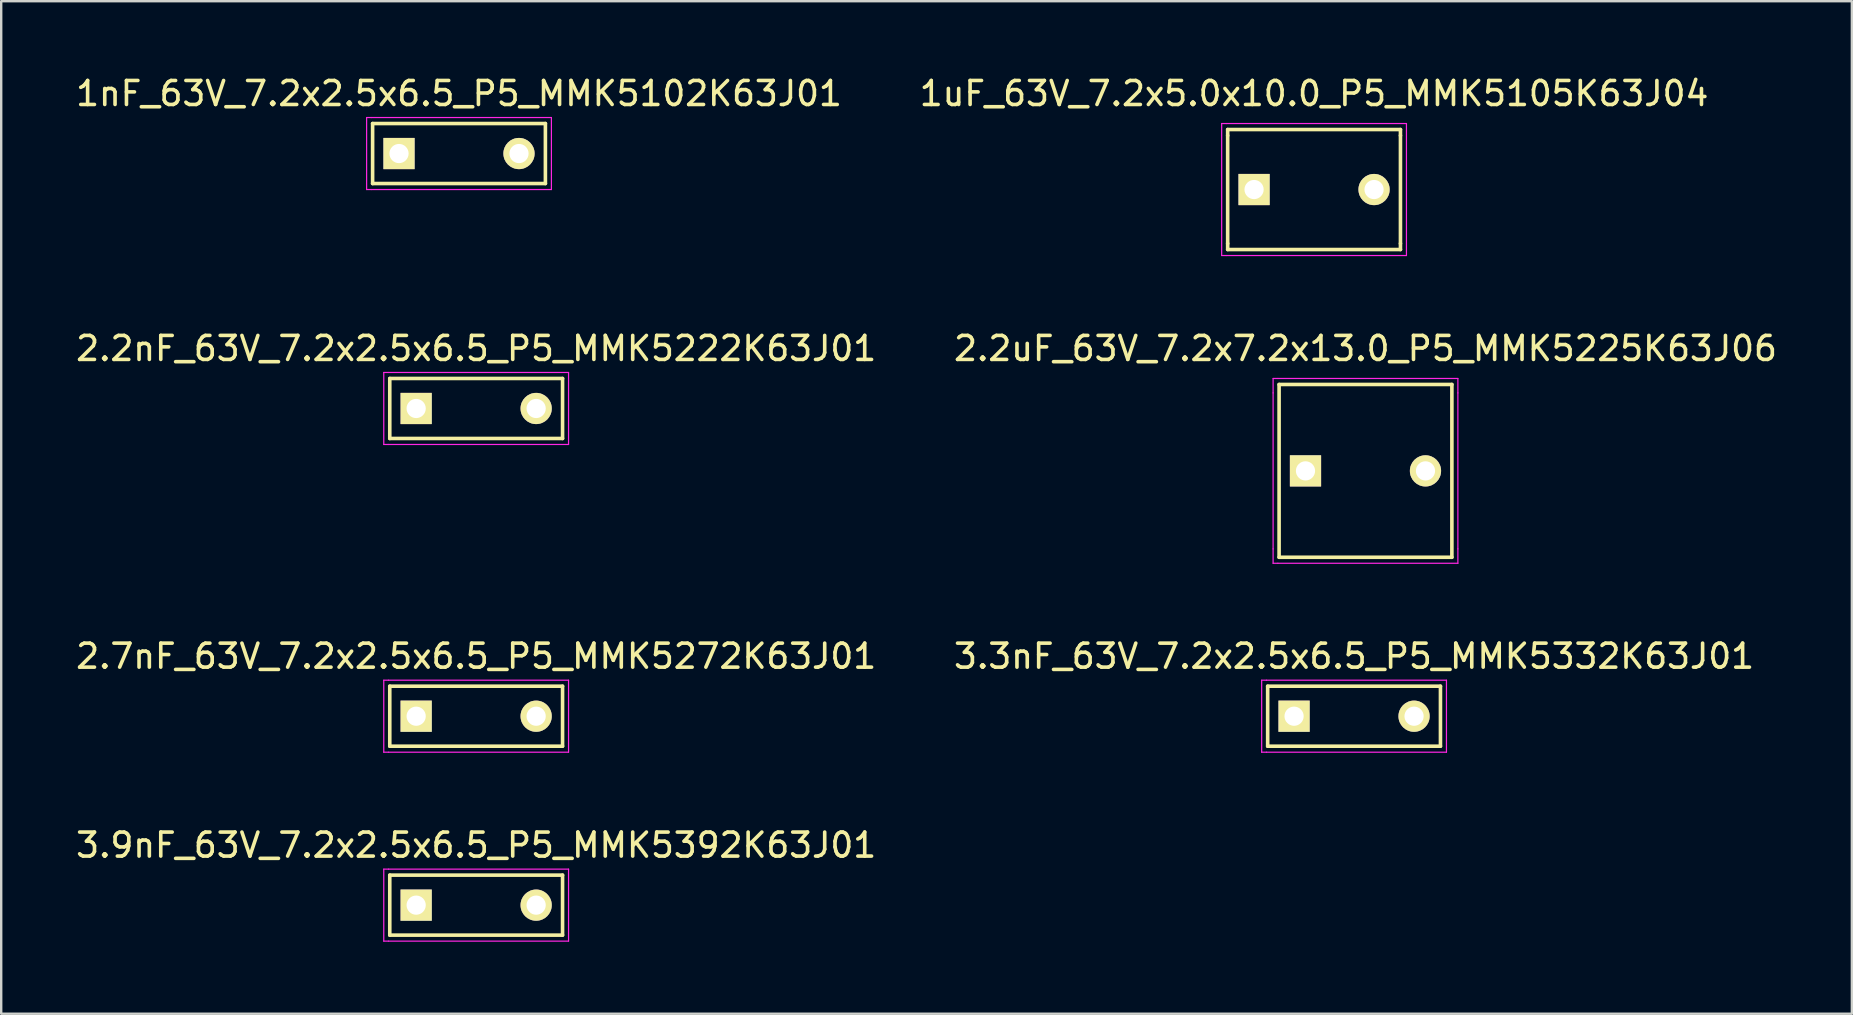
<source format=kicad_pcb>
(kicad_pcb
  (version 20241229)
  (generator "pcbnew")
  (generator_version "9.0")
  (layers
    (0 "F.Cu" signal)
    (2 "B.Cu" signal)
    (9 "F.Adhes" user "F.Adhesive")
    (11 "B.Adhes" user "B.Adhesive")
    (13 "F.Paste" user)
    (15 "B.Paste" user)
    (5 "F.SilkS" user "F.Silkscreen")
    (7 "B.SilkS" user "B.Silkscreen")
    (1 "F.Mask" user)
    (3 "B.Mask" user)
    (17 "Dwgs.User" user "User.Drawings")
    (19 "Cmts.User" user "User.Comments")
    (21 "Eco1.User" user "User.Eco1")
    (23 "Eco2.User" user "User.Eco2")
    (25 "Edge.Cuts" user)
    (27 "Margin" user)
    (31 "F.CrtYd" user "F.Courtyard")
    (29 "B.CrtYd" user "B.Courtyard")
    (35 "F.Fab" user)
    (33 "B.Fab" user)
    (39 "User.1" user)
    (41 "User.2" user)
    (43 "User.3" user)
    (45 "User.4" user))
  (footprint "3.9nF_63V_7.2x2.5x6.5_P5_MMK5392K63J01"
    (layer "F.Cu")
    (at 14.292 34.668)
    (property "Reference" "3.9nF_63V_7.2x2.5x6.5_P5_MMK5392K63J01" (at 2.5 -2.5 0) (layer "F.SilkS") (effects (font (size 1 1) (thickness 0.15))))
    (attr through_hole)
    (fp_line (start -1.1 -1.25) (end 6.1 -1.25) (stroke (width 0.15) (type solid)) (layer "F.SilkS"))
    (fp_line (start -1.1 1.25) (end -1.1 -1.25) (stroke (width 0.15) (type solid)) (layer "F.SilkS"))
    (fp_line (start 6.1 -1.25) (end 6.1 1.25) (stroke (width 0.15) (type solid)) (layer "F.SilkS"))
    (fp_line (start 6.1 1.25) (end -1.1 1.25) (stroke (width 0.15) (type solid)) (layer "F.SilkS"))
    (fp_line (start -1.35 1.5) (end -1.35 -1.5) (stroke (width 0.05) (type solid)) (layer "F.CrtYd"))
    (fp_line (start -1.15 -1.5) (end -1.35 -1.5) (stroke (width 0.05) (type solid)) (layer "F.CrtYd"))
    (fp_line (start -1.15 -1.5) (end 6.35 -1.5) (stroke (width 0.05) (type solid)) (layer "F.CrtYd"))
    (fp_line (start -1.15 1.5) (end -1.35 1.5) (stroke (width 0.05) (type solid)) (layer "F.CrtYd"))
    (fp_line (start 6.35 -1.5) (end 6.35 1.5) (stroke (width 0.05) (type solid)) (layer "F.CrtYd"))
    (fp_line (start 6.35 1.5) (end -1.15 1.5) (stroke (width 0.05) (type solid)) (layer "F.CrtYd"))
    (pad "1" thru_hole rect (at 0 0) (size 1.3 1.3) (drill 0.8) (layers "*.Cu" "*.Mask" "F.SilkS"))
    (pad "2" thru_hole circle (at 5 0) (size 1.3 1.3) (drill 0.8) (layers "*.Cu" "*.Mask" "F.SilkS")))
  (footprint "1nF_63V_7.2x2.5x6.5_P5_MMK5102K63J01"
    (layer "F.Cu")
    (at 13.577 3.348)
    (property "Reference" "1nF_63V_7.2x2.5x6.5_P5_MMK5102K63J01" (at 2.5 -2.5 0) (layer "F.SilkS") (effects (font (size 1 1) (thickness 0.15))))
    (attr through_hole)
    (fp_line (start -1.1 -1.25) (end 6.1 -1.25) (stroke (width 0.15) (type solid)) (layer "F.SilkS"))
    (fp_line (start -1.1 1.25) (end -1.1 -1.25) (stroke (width 0.15) (type solid)) (layer "F.SilkS"))
    (fp_line (start 6.1 -1.25) (end 6.1 1.25) (stroke (width 0.15) (type solid)) (layer "F.SilkS"))
    (fp_line (start 6.1 1.25) (end -1.1 1.25) (stroke (width 0.15) (type solid)) (layer "F.SilkS"))
    (fp_line (start -1.35 1.5) (end -1.35 -1.5) (stroke (width 0.05) (type solid)) (layer "F.CrtYd"))
    (fp_line (start -1.15 -1.5) (end -1.35 -1.5) (stroke (width 0.05) (type solid)) (layer "F.CrtYd"))
    (fp_line (start -1.15 -1.5) (end 6.35 -1.5) (stroke (width 0.05) (type solid)) (layer "F.CrtYd"))
    (fp_line (start -1.15 1.5) (end -1.35 1.5) (stroke (width 0.05) (type solid)) (layer "F.CrtYd"))
    (fp_line (start 6.35 -1.5) (end 6.35 1.5) (stroke (width 0.05) (type solid)) (layer "F.CrtYd"))
    (fp_line (start 6.35 1.5) (end -1.15 1.5) (stroke (width 0.05) (type solid)) (layer "F.CrtYd"))
    (pad "1" thru_hole rect (at 0 0) (size 1.3 1.3) (drill 0.8) (layers "*.Cu" "*.Mask" "F.SilkS"))
    (pad "2" thru_hole circle (at 5 0) (size 1.3 1.3) (drill 0.8) (layers "*.Cu" "*.Mask" "F.SilkS")))
  (footprint "2.7nF_63V_7.2x2.5x6.5_P5_MMK5272K63J01"
    (layer "F.Cu")
    (at 14.292 26.795)
    (property "Reference" "2.7nF_63V_7.2x2.5x6.5_P5_MMK5272K63J01" (at 2.5 -2.5 0) (layer "F.SilkS") (effects (font (size 1 1) (thickness 0.15))))
    (attr through_hole)
    (fp_line (start -1.1 -1.25) (end 6.1 -1.25) (stroke (width 0.15) (type solid)) (layer "F.SilkS"))
    (fp_line (start -1.1 1.25) (end -1.1 -1.25) (stroke (width 0.15) (type solid)) (layer "F.SilkS"))
    (fp_line (start 6.1 -1.25) (end 6.1 1.25) (stroke (width 0.15) (type solid)) (layer "F.SilkS"))
    (fp_line (start 6.1 1.25) (end -1.1 1.25) (stroke (width 0.15) (type solid)) (layer "F.SilkS"))
    (fp_line (start -1.35 1.5) (end -1.35 -1.5) (stroke (width 0.05) (type solid)) (layer "F.CrtYd"))
    (fp_line (start -1.15 -1.5) (end -1.35 -1.5) (stroke (width 0.05) (type solid)) (layer "F.CrtYd"))
    (fp_line (start -1.15 -1.5) (end 6.35 -1.5) (stroke (width 0.05) (type solid)) (layer "F.CrtYd"))
    (fp_line (start -1.15 1.5) (end -1.35 1.5) (stroke (width 0.05) (type solid)) (layer "F.CrtYd"))
    (fp_line (start 6.35 -1.5) (end 6.35 1.5) (stroke (width 0.05) (type solid)) (layer "F.CrtYd"))
    (fp_line (start 6.35 1.5) (end -1.15 1.5) (stroke (width 0.05) (type solid)) (layer "F.CrtYd"))
    (pad "1" thru_hole rect (at 0 0) (size 1.3 1.3) (drill 0.8) (layers "*.Cu" "*.Mask" "F.SilkS"))
    (pad "2" thru_hole circle (at 5 0) (size 1.3 1.3) (drill 0.8) (layers "*.Cu" "*.Mask" "F.SilkS")))
  (footprint "2.2nF_63V_7.2x2.5x6.5_P5_MMK5222K63J01"
    (layer "F.Cu")
    (at 14.292 13.972)
    (property "Reference" "2.2nF_63V_7.2x2.5x6.5_P5_MMK5222K63J01" (at 2.5 -2.5 0) (layer "F.SilkS") (effects (font (size 1 1) (thickness 0.15))))
    (attr through_hole)
    (fp_line (start -1.1 -1.25) (end 6.1 -1.25) (stroke (width 0.15) (type solid)) (layer "F.SilkS"))
    (fp_line (start -1.1 1.25) (end -1.1 -1.25) (stroke (width 0.15) (type solid)) (layer "F.SilkS"))
    (fp_line (start 6.1 -1.25) (end 6.1 1.25) (stroke (width 0.15) (type solid)) (layer "F.SilkS"))
    (fp_line (start 6.1 1.25) (end -1.1 1.25) (stroke (width 0.15) (type solid)) (layer "F.SilkS"))
    (fp_line (start -1.35 1.5) (end -1.35 -1.5) (stroke (width 0.05) (type solid)) (layer "F.CrtYd"))
    (fp_line (start -1.15 -1.5) (end -1.35 -1.5) (stroke (width 0.05) (type solid)) (layer "F.CrtYd"))
    (fp_line (start -1.15 -1.5) (end 6.35 -1.5) (stroke (width 0.05) (type solid)) (layer "F.CrtYd"))
    (fp_line (start -1.15 1.5) (end -1.35 1.5) (stroke (width 0.05) (type solid)) (layer "F.CrtYd"))
    (fp_line (start 6.35 -1.5) (end 6.35 1.5) (stroke (width 0.05) (type solid)) (layer "F.CrtYd"))
    (fp_line (start 6.35 1.5) (end -1.15 1.5) (stroke (width 0.05) (type solid)) (layer "F.CrtYd"))
    (pad "1" thru_hole rect (at 0 0) (size 1.3 1.3) (drill 0.8) (layers "*.Cu" "*.Mask" "F.SilkS"))
    (pad "2" thru_hole circle (at 5 0) (size 1.3 1.3) (drill 0.8) (layers "*.Cu" "*.Mask" "F.SilkS")))
  (footprint "3.3nF_63V_7.2x2.5x6.5_P5_MMK5332K63J01"
    (layer "F.Cu")
    (at 50.875 26.795)
    (property "Reference" "3.3nF_63V_7.2x2.5x6.5_P5_MMK5332K63J01" (at 2.5 -2.5 0) (layer "F.SilkS") (effects (font (size 1 1) (thickness 0.15))))
    (attr through_hole)
    (fp_line (start -1.1 -1.25) (end 6.1 -1.25) (stroke (width 0.15) (type solid)) (layer "F.SilkS"))
    (fp_line (start -1.1 1.25) (end -1.1 -1.25) (stroke (width 0.15) (type solid)) (layer "F.SilkS"))
    (fp_line (start 6.1 -1.25) (end 6.1 1.25) (stroke (width 0.15) (type solid)) (layer "F.SilkS"))
    (fp_line (start 6.1 1.25) (end -1.1 1.25) (stroke (width 0.15) (type solid)) (layer "F.SilkS"))
    (fp_line (start -1.35 1.5) (end -1.35 -1.5) (stroke (width 0.05) (type solid)) (layer "F.CrtYd"))
    (fp_line (start -1.15 -1.5) (end -1.35 -1.5) (stroke (width 0.05) (type solid)) (layer "F.CrtYd"))
    (fp_line (start -1.15 -1.5) (end 6.35 -1.5) (stroke (width 0.05) (type solid)) (layer "F.CrtYd"))
    (fp_line (start -1.15 1.5) (end -1.35 1.5) (stroke (width 0.05) (type solid)) (layer "F.CrtYd"))
    (fp_line (start 6.35 -1.5) (end 6.35 1.5) (stroke (width 0.05) (type solid)) (layer "F.CrtYd"))
    (fp_line (start 6.35 1.5) (end -1.15 1.5) (stroke (width 0.05) (type solid)) (layer "F.CrtYd"))
    (pad "1" thru_hole rect (at 0 0) (size 1.3 1.3) (drill 0.8) (layers "*.Cu" "*.Mask" "F.SilkS"))
    (pad "2" thru_hole circle (at 5 0) (size 1.3 1.3) (drill 0.8) (layers "*.Cu" "*.Mask" "F.SilkS")))
  (footprint "2.2uF_63V_7.2x7.2x13.0_P5_MMK5225K63J06"
    (layer "F.Cu")
    (at 51.351 16.572)
    (property "Reference" "2.2uF_63V_7.2x7.2x13.0_P5_MMK5225K63J06" (at 2.5 -5.1 0) (layer "F.SilkS") (effects (font (size 1 1) (thickness 0.15))))
    (attr through_hole)
    (fp_line (start -1.1 -3.6) (end -1.1 3.6) (stroke (width 0.15) (type solid)) (layer "F.SilkS"))
    (fp_line (start -1.1 -3.6) (end 6.1 -3.6) (stroke (width 0.15) (type solid)) (layer "F.SilkS"))
    (fp_line (start 6.1 -3.6) (end 6.1 3.6) (stroke (width 0.15) (type solid)) (layer "F.SilkS"))
    (fp_line (start 6.1 3.6) (end -1.1 3.6) (stroke (width 0.15) (type solid)) (layer "F.SilkS"))
    (fp_line (start -1.35 -3.25) (end -1.35 -3.85) (stroke (width 0.05) (type solid)) (layer "F.CrtYd"))
    (fp_line (start -1.35 3.25) (end -1.35 -3.25) (stroke (width 0.05) (type solid)) (layer "F.CrtYd"))
    (fp_line (start -1.35 3.25) (end -1.35 3.85) (stroke (width 0.05) (type solid)) (layer "F.CrtYd"))
    (fp_line (start -1.15 -3.85) (end -1.35 -3.85) (stroke (width 0.05) (type solid)) (layer "F.CrtYd"))
    (fp_line (start -1.15 -3.85) (end 6.35 -3.85) (stroke (width 0.05) (type solid)) (layer "F.CrtYd"))
    (fp_line (start -1.15 3.85) (end -1.35 3.85) (stroke (width 0.05) (type solid)) (layer "F.CrtYd"))
    (fp_line (start 6.35 -3.85) (end 6.35 -3.25) (stroke (width 0.05) (type solid)) (layer "F.CrtYd"))
    (fp_line (start 6.35 -3.25) (end 6.35 3.25) (stroke (width 0.05) (type solid)) (layer "F.CrtYd"))
    (fp_line (start 6.35 3.25) (end 6.35 3.85) (stroke (width 0.05) (type solid)) (layer "F.CrtYd"))
    (fp_line (start 6.35 3.85) (end -1.15 3.85) (stroke (width 0.05) (type solid)) (layer "F.CrtYd"))
    (pad "1" thru_hole rect (at 0 0) (size 1.3 1.3) (drill 0.8) (layers "*.Cu" "*.Mask" "F.SilkS"))
    (pad "2" thru_hole circle (at 5 0) (size 1.3 1.3) (drill 0.8) (layers "*.Cu" "*.Mask" "F.SilkS")))
  (footprint "1uF_63V_7.2x5.0x10.0_P5_MMK5105K63J04"
    (layer "F.Cu")
    (at 49.208 4.848)
    (property "Reference" "1uF_63V_7.2x5.0x10.0_P5_MMK5105K63J04" (at 2.5 -4 0) (layer "F.SilkS") (effects (font (size 1 1) (thickness 0.15))))
    (attr through_hole)
    (fp_line (start -1.1 -2.5) (end -1.1 -2.25) (stroke (width 0.15) (type solid)) (layer "F.SilkS"))
    (fp_line (start -1.1 -2.5) (end 6.1 -2.5) (stroke (width 0.15) (type solid)) (layer "F.SilkS"))
    (fp_line (start -1.1 2.25) (end -1.1 -2.25) (stroke (width 0.15) (type solid)) (layer "F.SilkS"))
    (fp_line (start -1.1 2.25) (end -1.1 2.5) (stroke (width 0.15) (type solid)) (layer "F.SilkS"))
    (fp_line (start 6.1 -2.25) (end 6.1 -2.5) (stroke (width 0.15) (type solid)) (layer "F.SilkS"))
    (fp_line (start 6.1 -2.25) (end 6.1 2.25) (stroke (width 0.15) (type solid)) (layer "F.SilkS"))
    (fp_line (start 6.1 2.25) (end 6.1 2.5) (stroke (width 0.15) (type solid)) (layer "F.SilkS"))
    (fp_line (start 6.1 2.5) (end -1.1 2.5) (stroke (width 0.15) (type solid)) (layer "F.SilkS"))
    (fp_line (start -1.35 2.75) (end -1.35 -2.75) (stroke (width 0.05) (type solid)) (layer "F.CrtYd"))
    (fp_line (start -1.15 -2.75) (end -1.35 -2.75) (stroke (width 0.05) (type solid)) (layer "F.CrtYd"))
    (fp_line (start -1.15 -2.75) (end 6.35 -2.75) (stroke (width 0.05) (type solid)) (layer "F.CrtYd"))
    (fp_line (start -1.15 2.75) (end -1.35 2.75) (stroke (width 0.05) (type solid)) (layer "F.CrtYd"))
    (fp_line (start 6.35 -2.75) (end 6.35 2.75) (stroke (width 0.05) (type solid)) (layer "F.CrtYd"))
    (fp_line (start 6.35 2.75) (end -1.15 2.75) (stroke (width 0.05) (type solid)) (layer "F.CrtYd"))
    (pad "1" thru_hole rect (at 0 0) (size 1.3 1.3) (drill 0.8) (layers "*.Cu" "*.Mask" "F.SilkS"))
    (pad "2" thru_hole circle (at 5 0) (size 1.3 1.3) (drill 0.8) (layers "*.Cu" "*.Mask" "F.SilkS")))
  (gr_rect
    (start -3 -3)
    (end 74.119 39.193)
    (stroke (width 0.1) (type default))
    (fill no)
    (layer "Edge.Cuts")))
</source>
